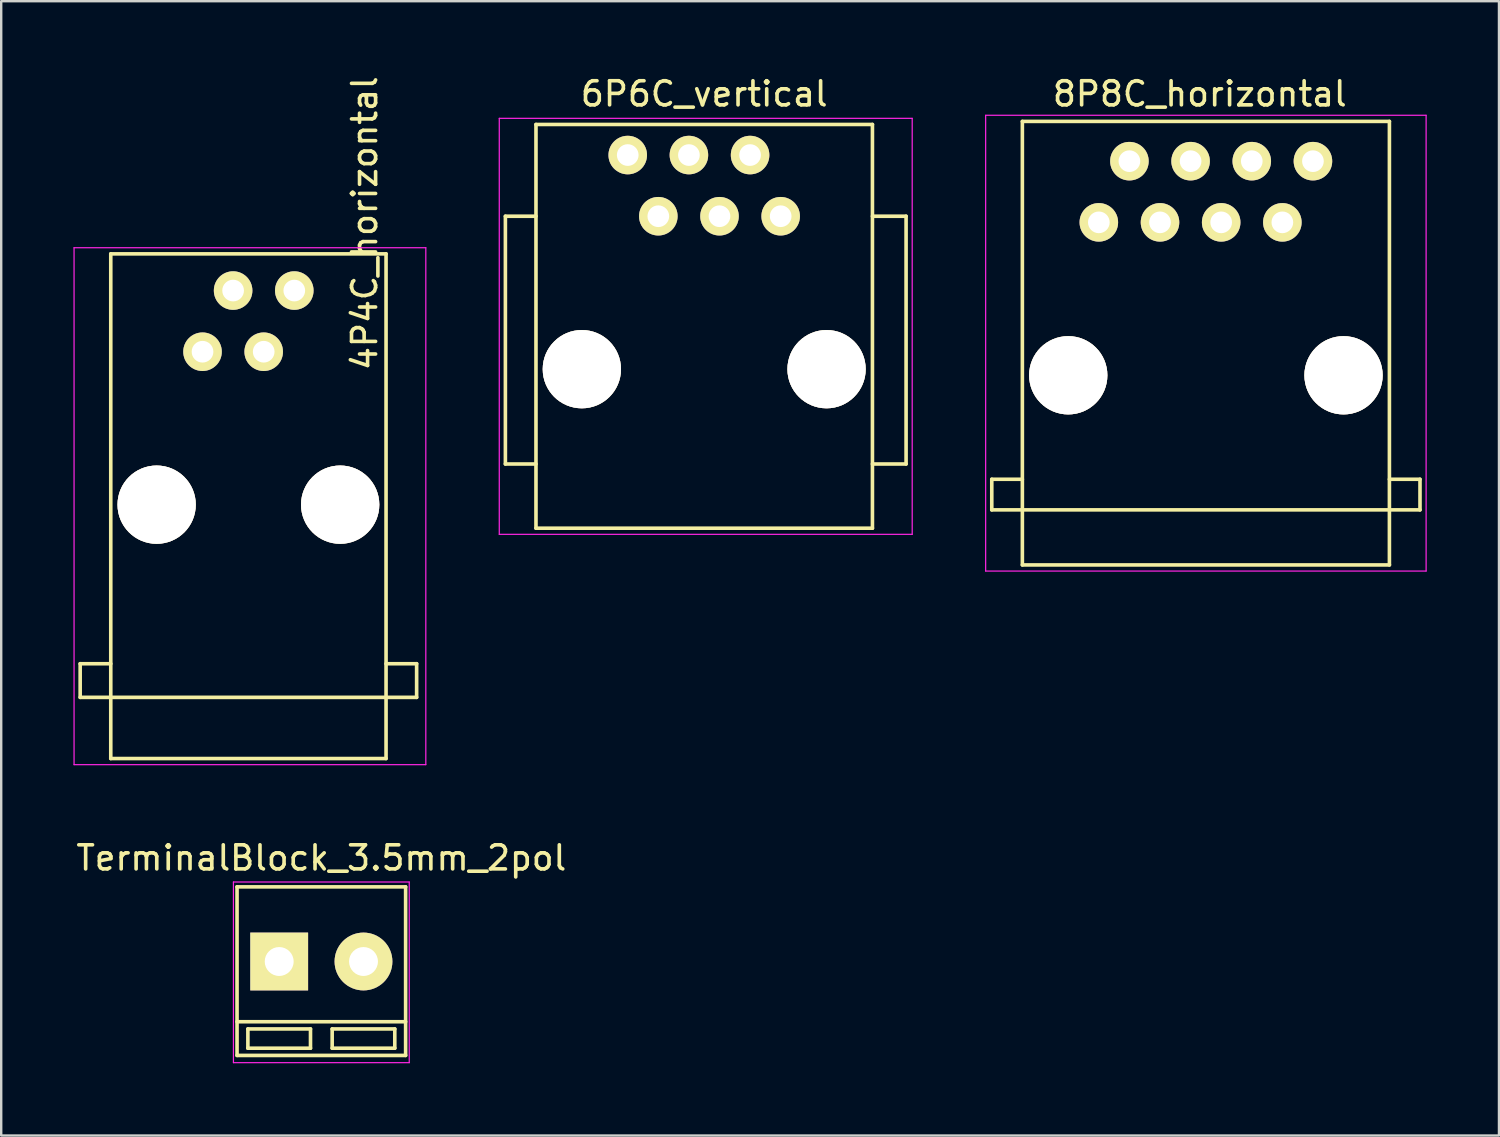
<source format=kicad_pcb>
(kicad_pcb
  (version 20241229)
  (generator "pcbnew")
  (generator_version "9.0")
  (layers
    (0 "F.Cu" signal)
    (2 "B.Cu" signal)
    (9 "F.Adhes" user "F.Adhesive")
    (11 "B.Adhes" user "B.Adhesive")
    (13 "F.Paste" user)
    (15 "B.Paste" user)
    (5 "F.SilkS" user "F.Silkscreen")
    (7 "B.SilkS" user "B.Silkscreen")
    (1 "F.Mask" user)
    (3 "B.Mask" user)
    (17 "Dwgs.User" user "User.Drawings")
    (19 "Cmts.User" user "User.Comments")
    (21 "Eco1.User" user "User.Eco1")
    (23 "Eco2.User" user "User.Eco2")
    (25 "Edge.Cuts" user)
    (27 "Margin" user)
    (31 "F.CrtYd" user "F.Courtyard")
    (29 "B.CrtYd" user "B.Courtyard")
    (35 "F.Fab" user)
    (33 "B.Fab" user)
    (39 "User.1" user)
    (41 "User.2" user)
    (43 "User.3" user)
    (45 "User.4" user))
  (footprint "4P4C_horizontal"
    (layer "F.Cu")
    (at 5.359 11.554)
    (property "Reference" "4P4C_horizontal" (at 6.731 -5.334 90) (layer "F.SilkS") (effects (font (size 1 1) (thickness 0.15))))
    (attr through_hole)
    (fp_line (start -5.08 12.954) (end -3.81 12.954) (stroke (width 0.15) (type solid)) (layer "F.SilkS"))
    (fp_line (start -5.08 14.351) (end -5.08 12.954) (stroke (width 0.15) (type solid)) (layer "F.SilkS"))
    (fp_line (start -3.81 -4.064) (end -3.81 16.891) (stroke (width 0.15) (type solid)) (layer "F.SilkS"))
    (fp_line (start -3.81 -4.064) (end 7.62 -4.064) (stroke (width 0.15) (type solid)) (layer "F.SilkS"))
    (fp_line (start -3.81 14.351) (end -5.08 14.351) (stroke (width 0.15) (type solid)) (layer "F.SilkS"))
    (fp_line (start -3.81 14.351) (end 7.62 14.351) (stroke (width 0.15) (type solid)) (layer "F.SilkS"))
    (fp_line (start -3.81 16.891) (end 7.62 16.891) (stroke (width 0.15) (type solid)) (layer "F.SilkS"))
    (fp_line (start 7.62 -4.064) (end 7.62 16.891) (stroke (width 0.15) (type solid)) (layer "F.SilkS"))
    (fp_line (start 7.62 14.351) (end 8.89 14.351) (stroke (width 0.15) (type solid)) (layer "F.SilkS"))
    (fp_line (start 8.89 12.954) (end 7.62 12.954) (stroke (width 0.15) (type solid)) (layer "F.SilkS"))
    (fp_line (start 8.89 14.351) (end 8.89 12.954) (stroke (width 0.15) (type solid)) (layer "F.SilkS"))
    (fp_line (start -5.334 -4.318) (end -5.334 17.145) (stroke (width 0.05) (type solid)) (layer "F.CrtYd"))
    (fp_line (start 9.271 -4.318) (end -5.334 -4.318) (stroke (width 0.05) (type solid)) (layer "F.CrtYd"))
    (fp_line (start 9.271 -4.318) (end 9.271 17.145) (stroke (width 0.05) (type solid)) (layer "F.CrtYd"))
    (fp_line (start 9.271 17.145) (end -5.334 17.145) (stroke (width 0.05) (type solid)) (layer "F.CrtYd"))
    (pad "1" thru_hole circle (at 0 0) (size 1.6 1.6) (drill 0.9) (layers "*.Cu" "*.Mask" "F.SilkS"))
    (pad "2" thru_hole circle (at 1.27 -2.54) (size 1.6 1.6) (drill 0.9) (layers "*.Cu" "*.Mask" "F.SilkS"))
    (pad "3" thru_hole circle (at 2.54 0) (size 1.6 1.6) (drill 0.9) (layers "*.Cu" "*.Mask" "F.SilkS"))
    (pad "4" thru_hole circle (at 3.81 -2.54) (size 1.6 1.6) (drill 0.9) (layers "*.Cu" "*.Mask" "F.SilkS"))
    (pad "5" thru_hole circle (at -1.905 6.35) (size 3.25 3.25) (drill 3.25) (layers "*.Cu" "*.Mask" "F.SilkS"))
    (pad "6" thru_hole circle (at 5.715 6.35) (size 3.25 3.25) (drill 3.25) (layers "*.Cu" "*.Mask" "F.SilkS")))
  (footprint "6P6C_vertical"
    (layer "F.Cu")
    (at 25.554 3.388)
    (property "Reference" "6P6C_vertical" (at 0.635 -2.54 0) (layer "F.SilkS") (effects (font (size 1 1) (thickness 0.15))))
    (attr through_hole)
    (fp_line (start -7.62 2.54) (end -7.62 12.827) (stroke (width 0.15) (type solid)) (layer "F.SilkS"))
    (fp_line (start -7.62 12.827) (end -6.35 12.827) (stroke (width 0.15) (type solid)) (layer "F.SilkS"))
    (fp_line (start -6.35 2.54) (end -7.62 2.54) (stroke (width 0.15) (type solid)) (layer "F.SilkS"))
    (fp_line (start -6.35 15.494) (end -6.35 -1.27) (stroke (width 0.15) (type solid)) (layer "F.SilkS"))
    (fp_line (start -6.35 15.494) (end 7.62 15.494) (stroke (width 0.15) (type solid)) (layer "F.SilkS"))
    (fp_line (start 7.62 -1.27) (end -6.35 -1.27) (stroke (width 0.15) (type solid)) (layer "F.SilkS"))
    (fp_line (start 7.62 12.827) (end 9.017 12.827) (stroke (width 0.15) (type solid)) (layer "F.SilkS"))
    (fp_line (start 7.62 15.494) (end 7.62 -1.27) (stroke (width 0.15) (type solid)) (layer "F.SilkS"))
    (fp_line (start 9.017 2.54) (end 7.62 2.54) (stroke (width 0.15) (type solid)) (layer "F.SilkS"))
    (fp_line (start 9.017 12.827) (end 9.017 2.54) (stroke (width 0.15) (type solid)) (layer "F.SilkS"))
    (fp_line (start -7.874 -1.524) (end 9.271 -1.524) (stroke (width 0.05) (type solid)) (layer "F.CrtYd"))
    (fp_line (start -7.874 15.748) (end -7.874 -1.524) (stroke (width 0.05) (type solid)) (layer "F.CrtYd"))
    (fp_line (start 9.271 -1.524) (end 9.271 15.748) (stroke (width 0.05) (type solid)) (layer "F.CrtYd"))
    (fp_line (start 9.271 15.748) (end -7.874 15.748) (stroke (width 0.05) (type solid)) (layer "F.CrtYd"))
    (pad "1" thru_hole circle (at -2.54 0) (size 1.6 1.6) (drill 0.9) (layers "*.Cu" "*.Mask" "F.SilkS"))
    (pad "2" thru_hole circle (at -1.27 2.54) (size 1.6 1.6) (drill 0.9) (layers "*.Cu" "*.Mask" "F.SilkS"))
    (pad "3" thru_hole circle (at 0 0) (size 1.6 1.6) (drill 0.9) (layers "*.Cu" "*.Mask" "F.SilkS"))
    (pad "4" thru_hole circle (at 1.27 2.54) (size 1.6 1.6) (drill 0.9) (layers "*.Cu" "*.Mask" "F.SilkS"))
    (pad "5" thru_hole circle (at 2.54 0) (size 1.6 1.6) (drill 0.9) (layers "*.Cu" "*.Mask" "F.SilkS"))
    (pad "6" thru_hole circle (at 3.81 2.54) (size 1.6 1.6) (drill 0.9) (layers "*.Cu" "*.Mask" "F.SilkS"))
    (pad "7" thru_hole circle (at -4.445 8.89) (size 3.25 3.25) (drill 3.25) (layers "*.Cu" "*.Mask" "F.SilkS"))
    (pad "8" thru_hole circle (at 5.715 8.89) (size 3.25 3.25) (drill 3.25) (layers "*.Cu" "*.Mask" "F.SilkS")))
  (footprint "8P8C_horizontal"
    (layer "F.Cu")
    (at 42.574 6.182)
    (property "Reference" "8P8C_horizontal" (at 4.191 -5.334 0) (layer "F.SilkS") (effects (font (size 1 1) (thickness 0.15))))
    (attr through_hole)
    (fp_line (start -4.445 10.668) (end -3.175 10.668) (stroke (width 0.15) (type solid)) (layer "F.SilkS"))
    (fp_line (start -4.445 11.938) (end -4.445 10.668) (stroke (width 0.15) (type solid)) (layer "F.SilkS"))
    (fp_line (start -3.175 -4.191) (end 12.065 -4.191) (stroke (width 0.15) (type solid)) (layer "F.SilkS"))
    (fp_line (start -3.175 11.938) (end -4.445 11.938) (stroke (width 0.15) (type solid)) (layer "F.SilkS"))
    (fp_line (start -3.175 11.938) (end 12.066 11.938) (stroke (width 0.15) (type solid)) (layer "F.SilkS"))
    (fp_line (start -3.175 14.224) (end -3.175 -4.191) (stroke (width 0.15) (type solid)) (layer "F.SilkS"))
    (fp_line (start -3.175 14.224) (end 12.066 14.224) (stroke (width 0.15) (type solid)) (layer "F.SilkS"))
    (fp_line (start 12.065 -4.191) (end 12.065 14.224) (stroke (width 0.15) (type solid)) (layer "F.SilkS"))
    (fp_line (start 12.065 11.938) (end 13.335 11.938) (stroke (width 0.15) (type solid)) (layer "F.SilkS"))
    (fp_line (start 13.335 10.668) (end 12.065 10.668) (stroke (width 0.15) (type solid)) (layer "F.SilkS"))
    (fp_line (start 13.335 11.938) (end 13.335 10.668) (stroke (width 0.15) (type solid)) (layer "F.SilkS"))
    (fp_line (start -4.699 -4.445) (end -4.699 14.478) (stroke (width 0.05) (type solid)) (layer "F.CrtYd"))
    (fp_line (start -4.699 14.478) (end 13.589 14.478) (stroke (width 0.05) (type solid)) (layer "F.CrtYd"))
    (fp_line (start 13.589 -4.445) (end -4.699 -4.445) (stroke (width 0.05) (type solid)) (layer "F.CrtYd"))
    (fp_line (start 13.589 14.478) (end 13.589 -4.445) (stroke (width 0.05) (type solid)) (layer "F.CrtYd"))
    (pad "1" thru_hole circle (at 0 0) (size 1.6 1.6) (drill 0.9) (layers "*.Cu" "*.Mask" "F.SilkS"))
    (pad "2" thru_hole circle (at 1.27 -2.54) (size 1.6 1.6) (drill 0.9) (layers "*.Cu" "*.Mask" "F.SilkS"))
    (pad "3" thru_hole circle (at 2.54 0) (size 1.6 1.6) (drill 0.9) (layers "*.Cu" "*.Mask" "F.SilkS"))
    (pad "4" thru_hole circle (at 3.81 -2.54) (size 1.6 1.6) (drill 0.9) (layers "*.Cu" "*.Mask" "F.SilkS"))
    (pad "5" thru_hole circle (at 5.08 0) (size 1.6 1.6) (drill 0.9) (layers "*.Cu" "*.Mask" "F.SilkS"))
    (pad "6" thru_hole circle (at 6.35 -2.54) (size 1.6 1.6) (drill 0.9) (layers "*.Cu" "*.Mask" "F.SilkS"))
    (pad "7" thru_hole circle (at 7.62 0) (size 1.6 1.6) (drill 0.9) (layers "*.Cu" "*.Mask" "F.SilkS"))
    (pad "8" thru_hole circle (at 8.89 -2.54) (size 1.6 1.6) (drill 0.9) (layers "*.Cu" "*.Mask" "F.SilkS"))
    (pad "9" thru_hole circle (at -1.27 6.35) (size 3.25 3.25) (drill 3.25) (layers "*.Cu" "*.Mask" "F.SilkS"))
    (pad "10" thru_hole circle (at 10.16 6.35) (size 3.25 3.25) (drill 3.25) (layers "*.Cu" "*.Mask" "F.SilkS")))
  (footprint "TerminalBlock_3.5mm_2pol"
    (layer "F.Cu")
    (at 8.542 36.872)
    (property "Reference" "TerminalBlock_3.5mm_2pol" (at 1.75 -4.3 0) (layer "F.SilkS") (effects (font (size 1 1) (thickness 0.15))))
    (attr through_hole)
    (fp_line (start -1.75 -3.1) (end -1.75 3.9) (stroke (width 0.15) (type solid)) (layer "F.SilkS"))
    (fp_line (start -1.75 2.5) (end 5.25 2.5) (stroke (width 0.15) (type solid)) (layer "F.SilkS"))
    (fp_line (start -1.75 3.9) (end 5.25 3.9) (stroke (width 0.15) (type solid)) (layer "F.SilkS"))
    (fp_line (start -1.3 2.8) (end 1.3 2.8) (stroke (width 0.15) (type solid)) (layer "F.SilkS"))
    (fp_line (start -1.3 3.6) (end -1.3 2.8) (stroke (width 0.15) (type solid)) (layer "F.SilkS"))
    (fp_line (start 1.3 2.8) (end 1.3 3.6) (stroke (width 0.15) (type solid)) (layer "F.SilkS"))
    (fp_line (start 1.3 3.6) (end -1.3 3.6) (stroke (width 0.15) (type solid)) (layer "F.SilkS"))
    (fp_line (start 2.2 2.8) (end 4.8 2.8) (stroke (width 0.15) (type solid)) (layer "F.SilkS"))
    (fp_line (start 2.2 3.6) (end 2.2 2.8) (stroke (width 0.15) (type solid)) (layer "F.SilkS"))
    (fp_line (start 4.8 2.8) (end 4.8 3.6) (stroke (width 0.15) (type solid)) (layer "F.SilkS"))
    (fp_line (start 4.8 3.6) (end 2.2 3.6) (stroke (width 0.15) (type solid)) (layer "F.SilkS"))
    (fp_line (start 5.25 -3.1) (end -1.75 -3.1) (stroke (width 0.15) (type solid)) (layer "F.SilkS"))
    (fp_line (start 5.25 3.9) (end 5.25 -3.1) (stroke (width 0.15) (type solid)) (layer "F.SilkS"))
    (fp_line (start -1.9 -3.3) (end 5.4 -3.3) (stroke (width 0.05) (type solid)) (layer "F.CrtYd"))
    (fp_line (start -1.9 4.2) (end -1.9 -3.3) (stroke (width 0.05) (type solid)) (layer "F.CrtYd"))
    (fp_line (start 5.4 -3.3) (end 5.4 4.2) (stroke (width 0.05) (type solid)) (layer "F.CrtYd"))
    (fp_line (start 5.4 4.2) (end -1.9 4.2) (stroke (width 0.05) (type solid)) (layer "F.CrtYd"))
    (pad "1" thru_hole rect (at 0 0) (size 2.4 2.4) (drill 1.2) (layers "*.Cu" "*.Mask" "F.SilkS"))
    (pad "2" thru_hole circle (at 3.5 0) (size 2.4 2.4) (drill 1.2) (layers "*.Cu" "*.Mask" "F.SilkS")))
  (gr_rect
    (start -3 -3)
    (end 59.188 44.097)
    (stroke (width 0.1) (type default))
    (fill no)
    (layer "Edge.Cuts")))
</source>
